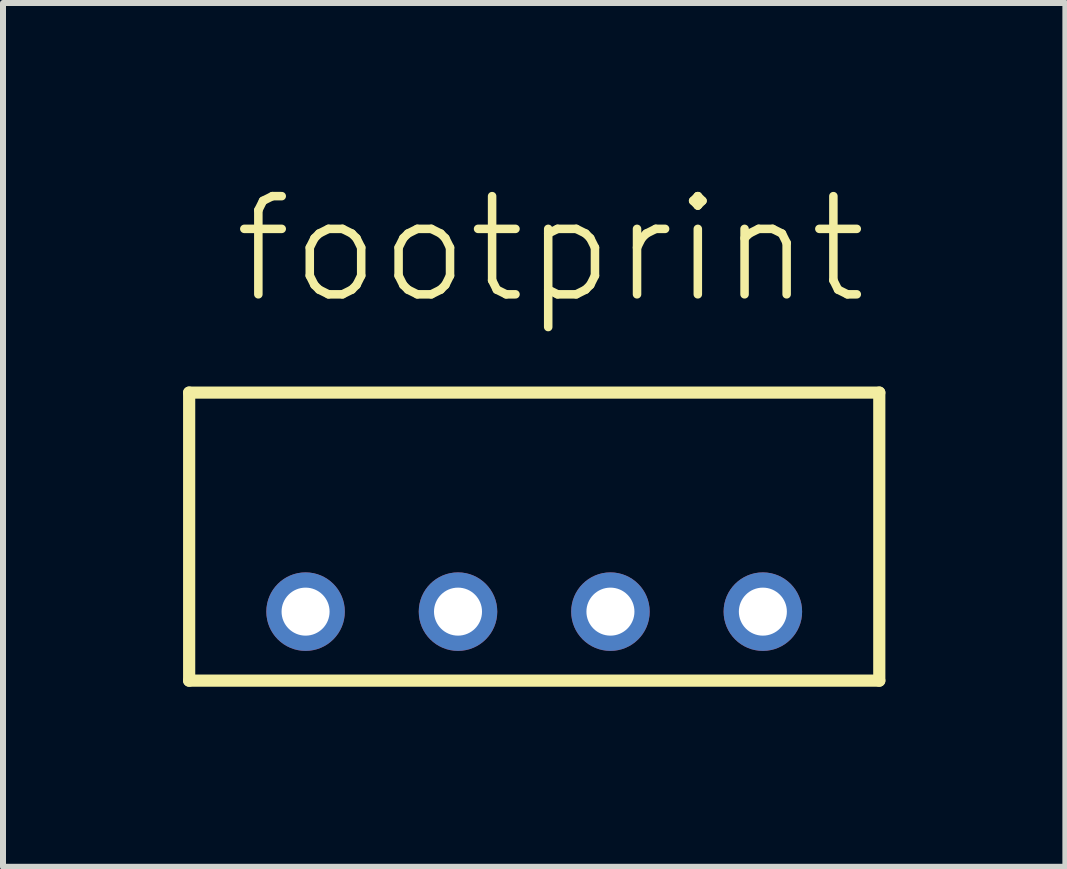
<source format=kicad_pcb>
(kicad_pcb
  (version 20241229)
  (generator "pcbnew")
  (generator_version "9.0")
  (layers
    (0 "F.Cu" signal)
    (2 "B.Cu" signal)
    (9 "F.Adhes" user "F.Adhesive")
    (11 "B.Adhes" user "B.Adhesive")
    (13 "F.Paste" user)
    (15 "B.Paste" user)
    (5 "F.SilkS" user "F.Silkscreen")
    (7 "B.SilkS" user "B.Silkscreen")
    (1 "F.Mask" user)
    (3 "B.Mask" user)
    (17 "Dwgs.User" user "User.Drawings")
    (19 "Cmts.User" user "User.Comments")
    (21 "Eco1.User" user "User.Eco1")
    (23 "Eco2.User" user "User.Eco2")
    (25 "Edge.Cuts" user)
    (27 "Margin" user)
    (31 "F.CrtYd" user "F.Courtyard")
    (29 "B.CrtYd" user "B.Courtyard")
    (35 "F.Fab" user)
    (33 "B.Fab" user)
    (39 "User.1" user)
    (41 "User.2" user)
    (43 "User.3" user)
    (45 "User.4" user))
  (footprint "footprint"
    (layer "F.Cu")
    (at 5.852 7.142)
    (property "Reference" "footprint" (at -5.08 -5.08 0) (layer "F.SilkS") (effects (font (size 1.636 1.636) (thickness 0.142)) (justify left bottom)))
    (fp_line (start -5.75 -3.65) (end 5.75 -3.65) (stroke (width 0.203) (type solid)) (layer "F.SilkS"))
    (fp_line (start -5.75 1.15) (end -5.75 -3.65) (stroke (width 0.203) (type solid)) (layer "F.SilkS"))
    (fp_line (start 5.75 -3.65) (end 5.75 1.15) (stroke (width 0.203) (type solid)) (layer "F.SilkS"))
    (fp_line (start 5.75 1.15) (end -5.75 1.15) (stroke (width 0.203) (type solid)) (layer "F.SilkS"))
    (pad "1" thru_hole circle (at -3.81 0) (size 1.308 1.308) (drill 0.8) (layers "*.Cu" "*.Mask"))
    (pad "2" thru_hole circle (at -1.27 0) (size 1.308 1.308) (drill 0.8) (layers "*.Cu" "*.Mask"))
    (pad "3" thru_hole circle (at 1.27 0) (size 1.308 1.308) (drill 0.8) (layers "*.Cu" "*.Mask"))
    (pad "4" thru_hole circle (at 3.81 0) (size 1.308 1.308) (drill 0.8) (layers "*.Cu" "*.Mask")))
  (gr_rect
    (start -3 -3)
    (end 14.703 11.394)
    (stroke (width 0.1) (type default))
    (fill no)
    (layer "Edge.Cuts")))
</source>
